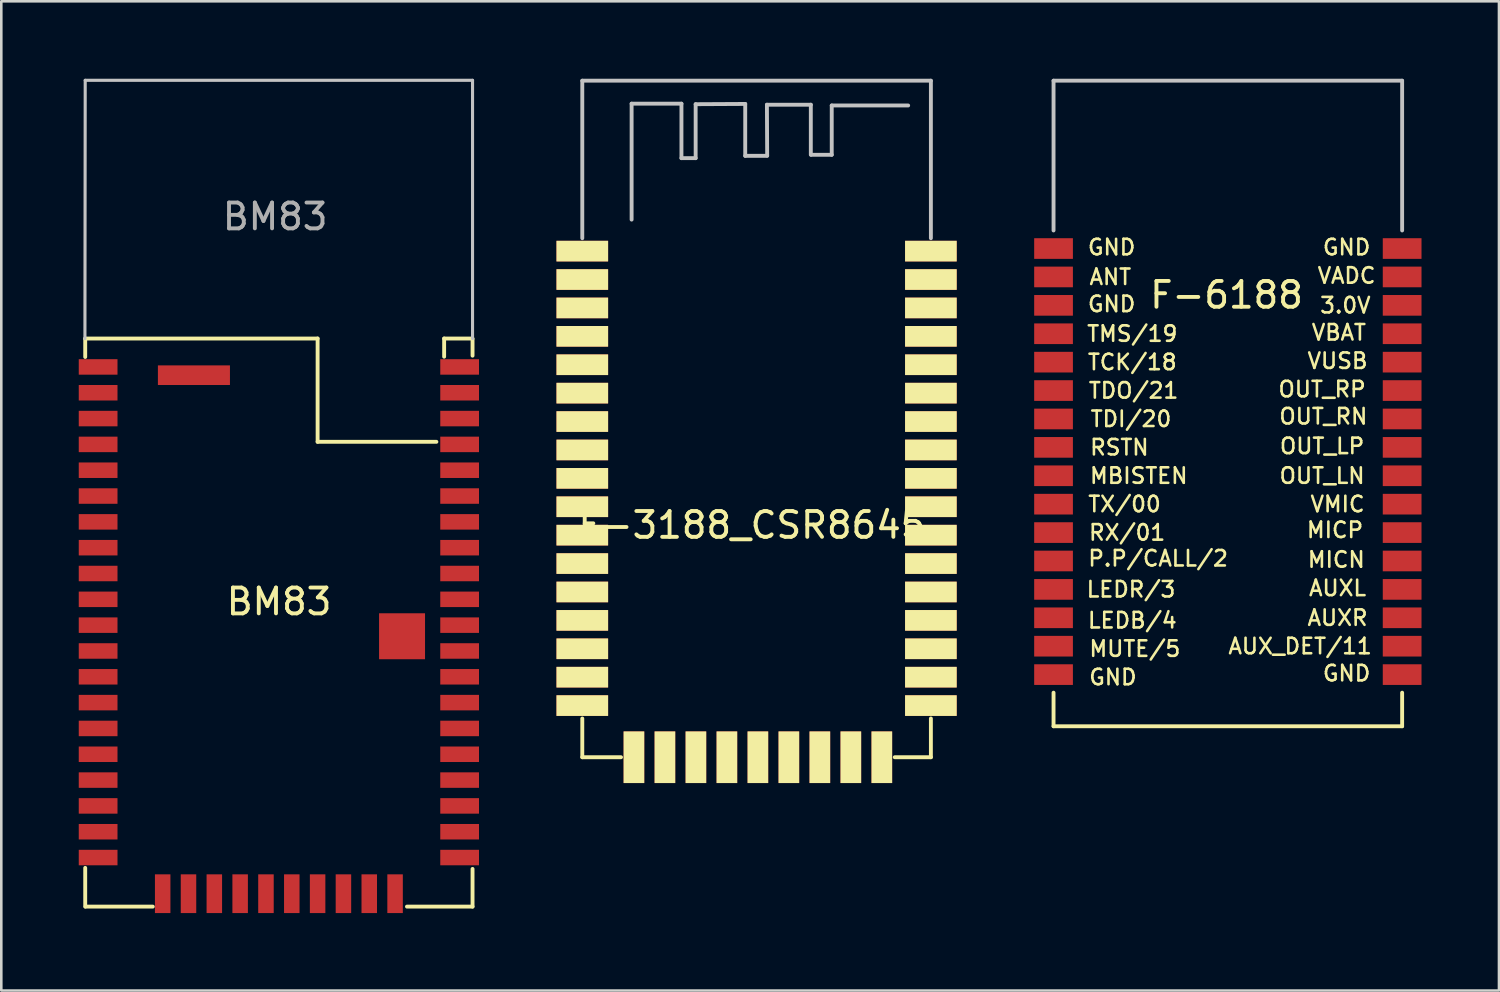
<source format=kicad_pcb>
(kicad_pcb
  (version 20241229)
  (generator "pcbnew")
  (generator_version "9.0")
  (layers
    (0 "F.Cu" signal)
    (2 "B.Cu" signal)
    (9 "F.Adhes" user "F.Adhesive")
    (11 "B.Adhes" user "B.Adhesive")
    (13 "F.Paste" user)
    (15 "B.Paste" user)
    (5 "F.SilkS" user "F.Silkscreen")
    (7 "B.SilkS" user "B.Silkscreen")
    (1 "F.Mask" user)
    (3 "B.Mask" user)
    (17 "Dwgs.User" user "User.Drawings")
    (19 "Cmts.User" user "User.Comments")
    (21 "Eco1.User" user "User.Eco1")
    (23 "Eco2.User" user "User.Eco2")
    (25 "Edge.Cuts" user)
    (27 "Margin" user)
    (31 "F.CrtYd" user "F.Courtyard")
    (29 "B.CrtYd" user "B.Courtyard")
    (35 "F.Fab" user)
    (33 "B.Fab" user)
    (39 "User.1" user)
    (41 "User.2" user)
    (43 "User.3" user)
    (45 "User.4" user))
  (footprint "BM83"
    (layer "F.Cu")
    (at 15.25 32.06)
    (property "Reference" "BM83" (at -7.493 -11.811 0) (unlocked yes) (layer "F.SilkS") (effects (font (size 1 1) (thickness 0.15))))
    (attr smd)
    (fp_line (start -15 -21.996) (end -15 -21.285) (stroke (width 0.15) (type solid)) (layer "F.SilkS"))
    (fp_line (start -15 -1.5) (end -15 0) (stroke (width 0.15) (type solid)) (layer "F.SilkS"))
    (fp_line (start -14.986 0) (end -12.383 0) (stroke (width 0.15) (type solid)) (layer "F.SilkS"))
    (fp_line (start -6 -22) (end -15 -22) (stroke (width 0.15) (type solid)) (layer "F.SilkS"))
    (fp_line (start -6 -22) (end -6 -18) (stroke (width 0.15) (type solid)) (layer "F.SilkS"))
    (fp_line (start -2.54 0) (end 0 0) (stroke (width 0.15) (type solid)) (layer "F.SilkS"))
    (fp_line (start -1.4 -18) (end -6 -18) (stroke (width 0.15) (type solid)) (layer "F.SilkS"))
    (fp_line (start -1.1 -22) (end -1.1 -21.296) (stroke (width 0.15) (type solid)) (layer "F.SilkS"))
    (fp_line (start 0 -22) (end -1.1 -22) (stroke (width 0.15) (type solid)) (layer "F.SilkS"))
    (fp_line (start 0 -21.971) (end 0 -21.336) (stroke (width 0.15) (type solid)) (layer "F.SilkS"))
    (fp_line (start 0 0) (end 0 -1.46) (stroke (width 0.15) (type solid)) (layer "F.SilkS"))
    (fp_line (start -15.011 -22) (end -15 -32) (stroke (width 0.12) (type solid)) (layer "Dwgs.User"))
    (fp_line (start 0 -32) (end -15 -32) (stroke (width 0.12) (type solid)) (layer "Dwgs.User"))
    (fp_line (start 0 -22) (end 0 -32) (stroke (width 0.12) (type solid)) (layer "Dwgs.User"))
    (fp_text user "${REFERENCE}" (at -7.645 -26.721 0) (unlocked yes) (layer "F.Fab") (effects (font (size 1 1) (thickness 0.15))))
    (pad "1" smd rect (at -14.5 -20.9 180) (size 1.5 0.6) (layers "F.Cu" "F.Mask" "F.Paste"))
    (pad "2" smd rect (at -14.5 -19.9 180) (size 1.5 0.6) (layers "F.Cu" "F.Mask" "F.Paste"))
    (pad "3" smd rect (at -14.5 -18.9 180) (size 1.5 0.6) (layers "F.Cu" "F.Mask" "F.Paste"))
    (pad "4" smd rect (at -14.5 -17.9 180) (size 1.5 0.6) (layers "F.Cu" "F.Mask" "F.Paste"))
    (pad "5" smd rect (at -14.5 -16.9 180) (size 1.5 0.6) (layers "F.Cu" "F.Mask" "F.Paste"))
    (pad "6" smd rect (at -14.5 -15.9 180) (size 1.5 0.6) (layers "F.Cu" "F.Mask" "F.Paste"))
    (pad "7" smd rect (at -14.5 -14.9 180) (size 1.5 0.6) (layers "F.Cu" "F.Mask" "F.Paste"))
    (pad "8" smd rect (at -14.5 -13.9 180) (size 1.5 0.6) (layers "F.Cu" "F.Mask" "F.Paste"))
    (pad "9" smd rect (at -14.5 -12.9 180) (size 1.5 0.6) (layers "F.Cu" "F.Mask" "F.Paste"))
    (pad "10" smd rect (at -14.5 -11.9 180) (size 1.5 0.6) (layers "F.Cu" "F.Mask" "F.Paste"))
    (pad "11" smd rect (at -14.5 -10.9 180) (size 1.5 0.6) (layers "F.Cu" "F.Mask" "F.Paste"))
    (pad "12" smd rect (at -14.5 -9.9 180) (size 1.5 0.6) (layers "F.Cu" "F.Mask" "F.Paste"))
    (pad "13" smd rect (at -14.5 -8.9 180) (size 1.5 0.6) (layers "F.Cu" "F.Mask" "F.Paste"))
    (pad "14" smd rect (at -14.5 -7.9 180) (size 1.5 0.6) (layers "F.Cu" "F.Mask" "F.Paste"))
    (pad "15" smd rect (at -14.5 -6.9 180) (size 1.5 0.6) (layers "F.Cu" "F.Mask" "F.Paste"))
    (pad "16" smd rect (at -14.5 -5.9 180) (size 1.5 0.6) (layers "F.Cu" "F.Mask" "F.Paste"))
    (pad "17" smd rect (at -14.5 -4.9 180) (size 1.5 0.6) (layers "F.Cu" "F.Mask" "F.Paste"))
    (pad "18" smd rect (at -14.5 -3.9 180) (size 1.5 0.6) (layers "F.Cu" "F.Mask" "F.Paste"))
    (pad "19" smd rect (at -14.5 -2.9 180) (size 1.5 0.6) (layers "F.Cu" "F.Mask" "F.Paste"))
    (pad "20" smd rect (at -14.5 -1.9 180) (size 1.5 0.6) (layers "F.Cu" "F.Mask" "F.Paste"))
    (pad "21" smd rect (at -12 -0.5 270) (size 1.5 0.6) (layers "F.Cu" "F.Mask" "F.Paste"))
    (pad "22" smd rect (at -11 -0.5 270) (size 1.5 0.6) (layers "F.Cu" "F.Mask" "F.Paste"))
    (pad "23" smd rect (at -10 -0.5 270) (size 1.5 0.6) (layers "F.Cu" "F.Mask" "F.Paste"))
    (pad "24" smd rect (at -9 -0.5 270) (size 1.5 0.6) (layers "F.Cu" "F.Mask" "F.Paste"))
    (pad "25" smd rect (at -8 -0.5 270) (size 1.5 0.6) (layers "F.Cu" "F.Mask" "F.Paste"))
    (pad "26" smd rect (at -7 -0.5 90) (size 1.5 0.6) (layers "F.Cu" "F.Mask" "F.Paste"))
    (pad "27" smd rect (at -6 -0.5 90) (size 1.5 0.6) (layers "F.Cu" "F.Mask" "F.Paste"))
    (pad "28" smd rect (at -5 -0.5 90) (size 1.5 0.6) (layers "F.Cu" "F.Mask" "F.Paste"))
    (pad "29" smd rect (at -4 -0.5 90) (size 1.5 0.6) (layers "F.Cu" "F.Mask" "F.Paste"))
    (pad "30" smd rect (at -3 -0.5 90) (size 1.5 0.6) (layers "F.Cu" "F.Mask" "F.Paste"))
    (pad "31" smd rect (at -0.5 -1.9 180) (size 1.5 0.6) (layers "F.Cu" "F.Mask" "F.Paste"))
    (pad "32" smd rect (at -0.5 -2.9 180) (size 1.5 0.6) (layers "F.Cu" "F.Mask" "F.Paste"))
    (pad "33" smd rect (at -0.5 -3.9 180) (size 1.5 0.6) (layers "F.Cu" "F.Mask" "F.Paste"))
    (pad "34" smd rect (at -0.5 -4.9 180) (size 1.5 0.6) (layers "F.Cu" "F.Mask" "F.Paste"))
    (pad "35" smd rect (at -0.5 -5.9 180) (size 1.5 0.6) (layers "F.Cu" "F.Mask" "F.Paste"))
    (pad "36" smd rect (at -0.5 -6.9 180) (size 1.5 0.6) (layers "F.Cu" "F.Mask" "F.Paste"))
    (pad "37" smd rect (at -0.5 -7.9 180) (size 1.5 0.6) (layers "F.Cu" "F.Mask" "F.Paste"))
    (pad "38" smd rect (at -0.5 -8.9 180) (size 1.5 0.6) (layers "F.Cu" "F.Mask" "F.Paste"))
    (pad "39" smd rect (at -0.5 -9.9 180) (size 1.5 0.6) (layers "F.Cu" "F.Mask" "F.Paste"))
    (pad "40" smd rect (at -0.5 -10.9 180) (size 1.5 0.6) (layers "F.Cu" "F.Mask" "F.Paste"))
    (pad "41" smd rect (at -0.5 -11.9 180) (size 1.5 0.6) (layers "F.Cu" "F.Mask" "F.Paste"))
    (pad "42" smd rect (at -0.5 -12.9 180) (size 1.5 0.6) (layers "F.Cu" "F.Mask" "F.Paste"))
    (pad "43" smd rect (at -0.5 -13.9 180) (size 1.5 0.6) (layers "F.Cu" "F.Mask" "F.Paste"))
    (pad "44" smd rect (at -0.5 -14.9 180) (size 1.5 0.6) (layers "F.Cu" "F.Mask" "F.Paste"))
    (pad "45" smd rect (at -0.5 -15.9 180) (size 1.5 0.6) (layers "F.Cu" "F.Mask" "F.Paste"))
    (pad "46" smd rect (at -0.5 -16.9 180) (size 1.5 0.6) (layers "F.Cu" "F.Mask" "F.Paste"))
    (pad "47" smd rect (at -0.5 -17.9 180) (size 1.5 0.6) (layers "F.Cu" "F.Mask" "F.Paste"))
    (pad "48" smd rect (at -0.5 -18.9 180) (size 1.5 0.6) (layers "F.Cu" "F.Mask" "F.Paste"))
    (pad "49" smd rect (at -0.5 -19.9 180) (size 1.5 0.6) (layers "F.Cu" "F.Mask" "F.Paste"))
    (pad "50" smd rect (at -0.5 -20.9 180) (size 1.5 0.6) (layers "F.Cu" "F.Mask" "F.Paste"))
    (pad "56" smd rect (at -2.73 -10.47 180) (size 1.78 1.78) (layers "F.Cu" "F.Mask" "F.Paste"))
    (pad "57" smd rect (at -10.79 -20.58 180) (size 2.79 0.76) (layers "F.Cu" "F.Mask" "F.Paste"))
    (zone (net_name "") (layer "F.Cu") (hatch edge 0.508) (connect_pads) (min_thickness 0.254) (filled_areas_thickness no) (keepout (tracks not_allowed) (vias not_allowed) (pads not_allowed) (copperpour allowed) (footprints allowed)) (placement (enabled no)) (fill) (polygon (pts (xy 13.853 13.907) (xy 9.383 13.907) (xy 9.383 9.97) (xy 13.853 9.97)))))
  (footprint "F-6188"
    (layer "F.Cu")
    (at 37.75 25.075)
    (property "Reference" "F-6188" (at 6.7 -16.7 0) (layer "F.SilkS") (effects (font (size 1 1) (thickness 0.15))))
    (attr through_hole)
    (fp_line (start 0 -1.3) (end 0 0) (stroke (width 0.15) (type solid)) (layer "F.SilkS"))
    (fp_line (start 0 0) (end 13.5 0) (stroke (width 0.15) (type solid)) (layer "F.SilkS"))
    (fp_line (start 13.5 0) (end 13.5 -1.3) (stroke (width 0.15) (type solid)) (layer "F.SilkS"))
    (fp_line (start 0 -25) (end 13.5 -25) (stroke (width 0.15) (type solid)) (layer "Dwgs.User"))
    (fp_line (start 0 -19.2) (end 0 -25) (stroke (width 0.15) (type solid)) (layer "Dwgs.User"))
    (fp_line (start 13.5 -25) (end 13.5 -19.2) (stroke (width 0.15) (type solid)) (layer "Dwgs.User"))
    (fp_text user "MICP" (at 10.9 -7.6 0) (layer "F.SilkS") (effects (font (size 0.6 0.6) (thickness 0.1))))
    (fp_text user "OUT_LP" (at 10.4 -10.85 0) (layer "F.SilkS") (effects (font (size 0.6 0.6) (thickness 0.1))))
    (fp_text user "P.P/CALL/2" (at 4.05 -6.5 0) (layer "F.SilkS") (effects (font (size 0.6 0.6) (thickness 0.1))))
    (fp_text user "MBISTEN" (at 3.3 -9.7 0) (layer "F.SilkS") (effects (font (size 0.6 0.6) (thickness 0.1))))
    (fp_text user "TDO/21" (at 3.1 -13 0) (layer "F.SilkS") (effects (font (size 0.6 0.6) (thickness 0.1))))
    (fp_text user "RSTN" (at 2.55 -10.8 0) (layer "F.SilkS") (effects (font (size 0.6 0.6) (thickness 0.1))))
    (fp_text user "AUXR" (at 11 -4.2 0) (layer "F.SilkS") (effects (font (size 0.6 0.6) (thickness 0.1))))
    (fp_text user "VADC" (at 11.35 -17.45 0) (layer "F.SilkS") (effects (font (size 0.6 0.6) (thickness 0.1))))
    (fp_text user "TX/00" (at 2.75 -8.6 0) (layer "F.SilkS") (effects (font (size 0.6 0.6) (thickness 0.1))))
    (fp_text user "GND" (at 2.25 -16.35 0) (layer "F.SilkS") (effects (font (size 0.6 0.6) (thickness 0.1))))
    (fp_text user "OUT_RN" (at 10.45 -12 0) (layer "F.SilkS") (effects (font (size 0.6 0.6) (thickness 0.1))))
    (fp_text user "ANT" (at 2.2 -17.4 0) (layer "F.SilkS") (effects (font (size 0.6 0.6) (thickness 0.1))))
    (fp_text user "GND" (at 11.35 -18.55 0) (layer "F.SilkS") (effects (font (size 0.6 0.6) (thickness 0.1))))
    (fp_text user "VMIC" (at 11 -8.6 0) (layer "F.SilkS") (effects (font (size 0.6 0.6) (thickness 0.1))))
    (fp_text user "TDI/20" (at 3 -11.9 0) (layer "F.SilkS") (effects (font (size 0.6 0.6) (thickness 0.1))))
    (fp_text user "GND" (at 2.3 -1.9 0) (layer "F.SilkS") (effects (font (size 0.6 0.6) (thickness 0.1))))
    (fp_text user "VBAT" (at 11.05 -15.25 0) (layer "F.SilkS") (effects (font (size 0.6 0.6) (thickness 0.1))))
    (fp_text user "3.0V" (at 11.3 -16.3 0) (layer "F.SilkS") (effects (font (size 0.6 0.6) (thickness 0.1))))
    (fp_text user "TMS/19" (at 3.05 -15.2 0) (layer "F.SilkS") (effects (font (size 0.6 0.6) (thickness 0.1))))
    (fp_text user "OUT_LN" (at 10.4 -9.7 0) (layer "F.SilkS") (effects (font (size 0.6 0.6) (thickness 0.1))))
    (fp_text user "AUXL" (at 11 -5.35 0) (layer "F.SilkS") (effects (font (size 0.6 0.6) (thickness 0.1))))
    (fp_text user "AUX_DET/11" (at 9.55 -3.1 0) (layer "F.SilkS") (effects (font (size 0.6 0.6) (thickness 0.1))))
    (fp_text user "TCK/18" (at 3.05 -14.1 0) (layer "F.SilkS") (effects (font (size 0.6 0.6) (thickness 0.1))))
    (fp_text user "OUT_RP" (at 10.4 -13.05 0) (layer "F.SilkS") (effects (font (size 0.6 0.6) (thickness 0.1))))
    (fp_text user "VUSB" (at 11 -14.15 0) (layer "F.SilkS") (effects (font (size 0.6 0.6) (thickness 0.1))))
    (fp_text user "GND" (at 11.35 -2.05 0) (layer "F.SilkS") (effects (font (size 0.6 0.6) (thickness 0.1))))
    (fp_text user "GND" (at 2.25 -18.55 0) (layer "F.SilkS") (effects (font (size 0.6 0.6) (thickness 0.1))))
    (fp_text user "LEDR/3" (at 3 -5.3 0) (layer "F.SilkS") (effects (font (size 0.6 0.6) (thickness 0.1))))
    (fp_text user "MICN" (at 10.95 -6.45 0) (layer "F.SilkS") (effects (font (size 0.6 0.6) (thickness 0.1))))
    (fp_text user "MUTE/5" (at 3.15 -3 0) (layer "F.SilkS") (effects (font (size 0.6 0.6) (thickness 0.1))))
    (fp_text user "LEDB/4" (at 3.05 -4.1 0) (layer "F.SilkS") (effects (font (size 0.6 0.6) (thickness 0.1))))
    (fp_text user "RX/01" (at 2.85 -7.5 0) (layer "F.SilkS") (effects (font (size 0.6 0.6) (thickness 0.1))))
    (pad "1" smd rect (at 0 -18.5) (size 1.5 0.8) (layers "F.Cu" "F.Mask" "F.Paste"))
    (pad "2" smd rect (at 0 -17.4) (size 1.5 0.8) (layers "F.Cu" "F.Mask" "F.Paste"))
    (pad "3" smd rect (at 0 -16.3) (size 1.5 0.8) (layers "F.Cu" "F.Mask" "F.Paste"))
    (pad "4" smd rect (at 0 -15.2) (size 1.5 0.8) (layers "F.Cu" "F.Mask" "F.Paste"))
    (pad "5" smd rect (at 0 -14.1) (size 1.5 0.8) (layers "F.Cu" "F.Mask" "F.Paste"))
    (pad "6" smd rect (at 0 -13) (size 1.5 0.8) (layers "F.Cu" "F.Mask" "F.Paste"))
    (pad "7" smd rect (at 0 -11.9) (size 1.5 0.8) (layers "F.Cu" "F.Mask" "F.Paste"))
    (pad "8" smd rect (at 0 -10.8) (size 1.5 0.8) (layers "F.Cu" "F.Mask" "F.Paste"))
    (pad "9" smd rect (at 0 -9.7) (size 1.5 0.8) (layers "F.Cu" "F.Mask" "F.Paste"))
    (pad "10" smd rect (at 0 -8.6) (size 1.5 0.8) (layers "F.Cu" "F.Mask" "F.Paste"))
    (pad "11" smd rect (at 0 -7.5) (size 1.5 0.8) (layers "F.Cu" "F.Mask" "F.Paste"))
    (pad "12" smd rect (at 0 -6.4) (size 1.5 0.8) (layers "F.Cu" "F.Mask" "F.Paste"))
    (pad "13" smd rect (at 0 -5.3) (size 1.5 0.8) (layers "F.Cu" "F.Mask" "F.Paste"))
    (pad "14" smd rect (at 0 -4.2) (size 1.5 0.8) (layers "F.Cu" "F.Mask" "F.Paste"))
    (pad "15" smd rect (at 0 -3.1) (size 1.5 0.8) (layers "F.Cu" "F.Mask" "F.Paste"))
    (pad "16" smd rect (at 0 -2) (size 1.5 0.8) (layers "F.Cu" "F.Mask" "F.Paste"))
    (pad "17" smd rect (at 13.5 -2) (size 1.5 0.8) (layers "F.Cu" "F.Mask" "F.Paste"))
    (pad "18" smd rect (at 13.5 -3.1) (size 1.5 0.8) (layers "F.Cu" "F.Mask" "F.Paste"))
    (pad "19" smd rect (at 13.5 -4.2) (size 1.5 0.8) (layers "F.Cu" "F.Mask" "F.Paste"))
    (pad "20" smd rect (at 13.5 -5.3) (size 1.5 0.8) (layers "F.Cu" "F.Mask" "F.Paste"))
    (pad "21" smd rect (at 13.5 -6.4) (size 1.5 0.8) (layers "F.Cu" "F.Mask" "F.Paste"))
    (pad "22" smd rect (at 13.5 -7.5) (size 1.5 0.8) (layers "F.Cu" "F.Mask" "F.Paste"))
    (pad "23" smd rect (at 13.5 -8.6) (size 1.5 0.8) (layers "F.Cu" "F.Mask" "F.Paste"))
    (pad "24" smd rect (at 13.5 -9.7) (size 1.5 0.8) (layers "F.Cu" "F.Mask" "F.Paste"))
    (pad "25" smd rect (at 13.5 -10.8) (size 1.5 0.8) (layers "F.Cu" "F.Mask" "F.Paste"))
    (pad "26" smd rect (at 13.5 -11.9) (size 1.5 0.8) (layers "F.Cu" "F.Mask" "F.Paste"))
    (pad "27" smd rect (at 13.5 -13) (size 1.5 0.8) (layers "F.Cu" "F.Mask" "F.Paste"))
    (pad "28" smd rect (at 13.5 -14.1) (size 1.5 0.8) (layers "F.Cu" "F.Mask" "F.Paste"))
    (pad "29" smd rect (at 13.5 -15.2) (size 1.5 0.8) (layers "F.Cu" "F.Mask" "F.Paste"))
    (pad "30" smd rect (at 13.5 -16.3) (size 1.5 0.8) (layers "F.Cu" "F.Mask" "F.Paste"))
    (pad "31" smd rect (at 13.5 -17.4) (size 1.5 0.8) (layers "F.Cu" "F.Mask" "F.Paste"))
    (pad "32" smd rect (at 13.5 -18.5) (size 1.5 0.8) (layers "F.Cu" "F.Mask" "F.Paste")))
  (footprint "F-3188_CSR8645"
    (layer "F.Cu")
    (at 19.5 26.275)
    (property "Reference" "F-3188_CSR8645" (at 6.57 -8.99 0) (layer "F.SilkS") (effects (font (size 1 1) (thickness 0.15))))
    (attr through_hole)
    (fp_line (start 0 -1.5) (end 0 0) (stroke (width 0.15) (type solid)) (layer "F.SilkS"))
    (fp_line (start 0 0) (end 1.5 0) (stroke (width 0.15) (type solid)) (layer "F.SilkS"))
    (fp_line (start 13.5 -1.5) (end 13.5 0) (stroke (width 0.15) (type solid)) (layer "F.SilkS"))
    (fp_line (start 13.5 0) (end 12.1 0) (stroke (width 0.15) (type solid)) (layer "F.SilkS"))
    (fp_line (start 0 -26.2) (end 0 -20.1) (stroke (width 0.15) (type solid)) (layer "Dwgs.User"))
    (fp_line (start 1.91 -25.31) (end 3.84 -25.31) (stroke (width 0.15) (type solid)) (layer "Dwgs.User"))
    (fp_line (start 1.91 -20.82) (end 1.91 -25.31) (stroke (width 0.15) (type solid)) (layer "Dwgs.User"))
    (fp_line (start 3.84 -25.31) (end 3.84 -23.2) (stroke (width 0.15) (type solid)) (layer "Dwgs.User"))
    (fp_line (start 3.84 -23.2) (end 4.39 -23.2) (stroke (width 0.15) (type solid)) (layer "Dwgs.User"))
    (fp_line (start 4.39 -25.29) (end 6.31 -25.3) (stroke (width 0.15) (type solid)) (layer "Dwgs.User"))
    (fp_line (start 4.39 -23.2) (end 4.39 -25.29) (stroke (width 0.15) (type solid)) (layer "Dwgs.User"))
    (fp_line (start 6.31 -25.3) (end 6.31 -23.29) (stroke (width 0.15) (type solid)) (layer "Dwgs.User"))
    (fp_line (start 6.31 -23.29) (end 7.16 -23.29) (stroke (width 0.15) (type solid)) (layer "Dwgs.User"))
    (fp_line (start 7.15 -25.27) (end 8.85 -25.27) (stroke (width 0.15) (type solid)) (layer "Dwgs.User"))
    (fp_line (start 7.16 -23.3) (end 7.15 -25.27) (stroke (width 0.15) (type solid)) (layer "Dwgs.User"))
    (fp_line (start 8.85 -25.27) (end 8.85 -23.33) (stroke (width 0.15) (type solid)) (layer "Dwgs.User"))
    (fp_line (start 8.87 -23.33) (end 9.66 -23.33) (stroke (width 0.15) (type solid)) (layer "Dwgs.User"))
    (fp_line (start 9.66 -25.24) (end 12.62 -25.24) (stroke (width 0.15) (type solid)) (layer "Dwgs.User"))
    (fp_line (start 9.66 -23.33) (end 9.66 -25.24) (stroke (width 0.15) (type solid)) (layer "Dwgs.User"))
    (fp_line (start 13.5 -26.2) (end 0 -26.2) (stroke (width 0.15) (type solid)) (layer "Dwgs.User"))
    (fp_line (start 13.5 -20.1) (end 13.5 -26.2) (stroke (width 0.15) (type solid)) (layer "Dwgs.User"))
    (pad "1" smd rect (at 0 -19.6) (size 2 0.8) (layers "F.Cu" "F.Mask" "F.SilkS" "F.Paste"))
    (pad "2" smd rect (at 0 -18.5) (size 2 0.8) (layers "F.Cu" "F.Mask" "F.SilkS" "F.Paste"))
    (pad "3" smd rect (at 0 -17.4) (size 2 0.8) (layers "F.Cu" "F.Mask" "F.SilkS" "F.Paste"))
    (pad "4" smd rect (at 0 -16.3) (size 2 0.8) (layers "F.Cu" "F.Mask" "F.SilkS" "F.Paste"))
    (pad "5" smd rect (at 0 -15.2) (size 2 0.8) (layers "F.Cu" "F.Mask" "F.SilkS" "F.Paste"))
    (pad "6" smd rect (at 0 -14.1) (size 2 0.8) (layers "F.Cu" "F.Mask" "F.SilkS" "F.Paste"))
    (pad "7" smd rect (at 0 -13) (size 2 0.8) (layers "F.Cu" "F.Mask" "F.SilkS" "F.Paste"))
    (pad "8" smd rect (at 0 -11.9) (size 2 0.8) (layers "F.Cu" "F.Mask" "F.SilkS" "F.Paste"))
    (pad "9" smd rect (at 0 -10.8) (size 2 0.8) (layers "F.Cu" "F.Mask" "F.SilkS" "F.Paste"))
    (pad "10" smd rect (at 0 -9.7) (size 2 0.8) (layers "F.Cu" "F.Mask" "F.SilkS" "F.Paste"))
    (pad "11" smd rect (at 0 -8.6) (size 2 0.8) (layers "F.Cu" "F.Mask" "F.SilkS" "F.Paste"))
    (pad "12" smd rect (at 0 -7.5) (size 2 0.8) (layers "F.Cu" "F.Mask" "F.SilkS" "F.Paste"))
    (pad "13" smd rect (at 0 -6.4) (size 2 0.8) (layers "F.Cu" "F.Mask" "F.SilkS" "F.Paste"))
    (pad "14" smd rect (at 0 -5.3) (size 2 0.8) (layers "F.Cu" "F.Mask" "F.SilkS" "F.Paste"))
    (pad "15" smd rect (at 0 -4.2) (size 2 0.8) (layers "F.Cu" "F.Mask" "F.SilkS" "F.Paste"))
    (pad "16" smd rect (at 0 -3.1) (size 2 0.8) (layers "F.Cu" "F.Mask" "F.SilkS" "F.Paste"))
    (pad "17" smd rect (at 0 -2) (size 2 0.8) (layers "F.Cu" "F.Mask" "F.SilkS" "F.Paste"))
    (pad "18" smd rect (at 2 0) (size 0.8 2) (layers "F.Cu" "F.Mask" "F.SilkS" "F.Paste"))
    (pad "19" smd rect (at 3.2 0) (size 0.8 2) (layers "F.Cu" "F.Mask" "F.SilkS" "F.Paste"))
    (pad "20" smd rect (at 4.4 0) (size 0.8 2) (layers "F.Cu" "F.Mask" "F.SilkS" "F.Paste"))
    (pad "21" smd rect (at 5.6 0) (size 0.8 2) (layers "F.Cu" "F.Mask" "F.SilkS" "F.Paste"))
    (pad "22" smd rect (at 6.8 0) (size 0.8 2) (layers "F.Cu" "F.Mask" "F.SilkS" "F.Paste"))
    (pad "23" smd rect (at 8 0) (size 0.8 2) (layers "F.Cu" "F.Mask" "F.SilkS" "F.Paste"))
    (pad "24" smd rect (at 9.2 0) (size 0.8 2) (layers "F.Cu" "F.Mask" "F.SilkS" "F.Paste"))
    (pad "25" smd rect (at 10.4 0) (size 0.8 2) (layers "F.Cu" "F.Mask" "F.SilkS" "F.Paste"))
    (pad "26" smd rect (at 11.6 0) (size 0.8 2) (layers "F.Cu" "F.Mask" "F.SilkS" "F.Paste"))
    (pad "27" smd rect (at 13.5 -2) (size 2 0.8) (layers "F.Cu" "F.Mask" "F.SilkS" "F.Paste"))
    (pad "28" smd rect (at 13.5 -3.1) (size 2 0.8) (layers "F.Cu" "F.Mask" "F.SilkS" "F.Paste"))
    (pad "29" smd rect (at 13.5 -4.2) (size 2 0.8) (layers "F.Cu" "F.Mask" "F.SilkS" "F.Paste"))
    (pad "30" smd rect (at 13.5 -5.3) (size 2 0.8) (layers "F.Cu" "F.Mask" "F.SilkS" "F.Paste"))
    (pad "31" smd rect (at 13.5 -6.4) (size 2 0.8) (layers "F.Cu" "F.Mask" "F.SilkS" "F.Paste"))
    (pad "32" smd rect (at 13.5 -7.5) (size 2 0.8) (layers "F.Cu" "F.Mask" "F.SilkS" "F.Paste"))
    (pad "33" smd rect (at 13.5 -8.6) (size 2 0.8) (layers "F.Cu" "F.Mask" "F.SilkS" "F.Paste"))
    (pad "34" smd rect (at 13.5 -9.7) (size 2 0.8) (layers "F.Cu" "F.Mask" "F.SilkS" "F.Paste"))
    (pad "35" smd rect (at 13.5 -10.8) (size 2 0.8) (layers "F.Cu" "F.Mask" "F.SilkS" "F.Paste"))
    (pad "36" smd rect (at 13.5 -11.9) (size 2 0.8) (layers "F.Cu" "F.Mask" "F.SilkS" "F.Paste"))
    (pad "37" smd rect (at 13.5 -13) (size 2 0.8) (layers "F.Cu" "F.Mask" "F.SilkS" "F.Paste"))
    (pad "38" smd rect (at 13.5 -14.1) (size 2 0.8) (layers "F.Cu" "F.Mask" "F.SilkS" "F.Paste"))
    (pad "39" smd rect (at 13.5 -15.2) (size 2 0.8) (layers "F.Cu" "F.Mask" "F.SilkS" "F.Paste"))
    (pad "40" smd rect (at 13.5 -16.3) (size 2 0.8) (layers "F.Cu" "F.Mask" "F.SilkS" "F.Paste"))
    (pad "41" smd rect (at 13.5 -17.4) (size 2 0.8) (layers "F.Cu" "F.Mask" "F.SilkS" "F.Paste"))
    (pad "42" smd rect (at 13.5 -18.5) (size 2 0.8) (layers "F.Cu" "F.Mask" "F.SilkS" "F.Paste"))
    (pad "43" smd rect (at 13.5 -19.6) (size 2 0.8) (layers "F.Cu" "F.Mask" "F.SilkS" "F.Paste")))
  (gr_rect
    (start -3 -3)
    (end 55 35.31)
    (stroke (width 0.1) (type default))
    (fill no)
    (layer "Edge.Cuts")))
</source>
